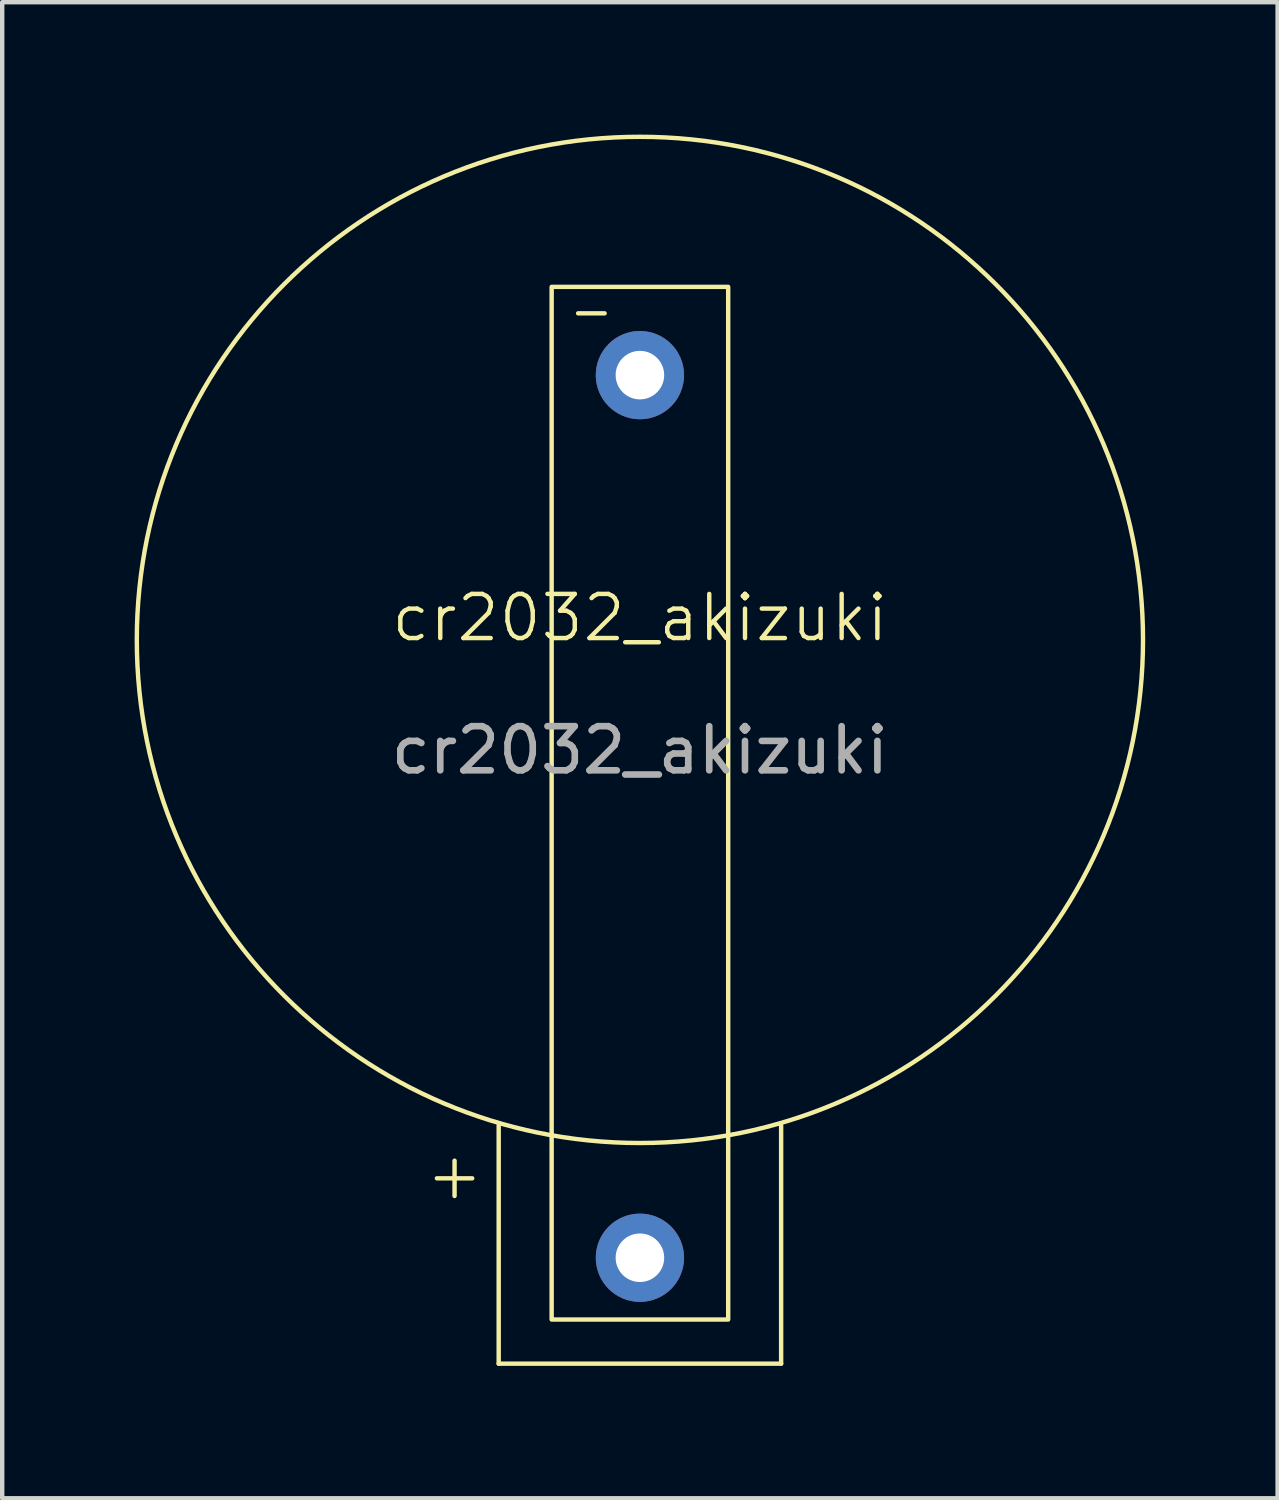
<source format=kicad_pcb>
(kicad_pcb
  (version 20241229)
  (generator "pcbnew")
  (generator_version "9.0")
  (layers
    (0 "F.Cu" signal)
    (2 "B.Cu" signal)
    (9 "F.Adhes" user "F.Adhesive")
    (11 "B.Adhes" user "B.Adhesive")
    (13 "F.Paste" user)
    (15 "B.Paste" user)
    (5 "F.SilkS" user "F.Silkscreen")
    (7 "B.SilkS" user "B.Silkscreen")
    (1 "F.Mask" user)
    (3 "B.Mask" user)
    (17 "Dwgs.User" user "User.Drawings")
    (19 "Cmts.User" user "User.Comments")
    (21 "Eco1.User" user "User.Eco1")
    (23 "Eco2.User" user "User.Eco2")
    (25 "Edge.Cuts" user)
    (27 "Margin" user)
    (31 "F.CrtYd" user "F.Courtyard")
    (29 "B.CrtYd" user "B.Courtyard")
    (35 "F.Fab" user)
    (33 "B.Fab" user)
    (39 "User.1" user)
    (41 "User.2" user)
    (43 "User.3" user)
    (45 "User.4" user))
  (footprint "cr2032_akizuki"
    (layer "F.Cu")
    (at 11.45 11.45)
    (property "Reference" "cr2032_akizuki" (at 0 -0.5 0) (unlocked yes) (layer "F.SilkS") (effects (font (size 1 1) (thickness 0.1))))
    (attr through_hole)
    (fp_line (start -4.6 12.2) (end -3.8 12.2) (stroke (width 0.1) (type default)) (layer "F.SilkS"))
    (fp_line (start -4.2 11.8) (end -4.2 12.6) (stroke (width 0.1) (type default)) (layer "F.SilkS"))
    (fp_line (start -3.2 16.4) (end -3.2 11) (stroke (width 0.1) (type default)) (layer "F.SilkS"))
    (fp_line (start -3.2 16.4) (end 3.2 16.4) (stroke (width 0.1) (type default)) (layer "F.SilkS"))
    (fp_line (start -1.4 -7.4) (end -0.8 -7.4) (stroke (width 0.1) (type default)) (layer "F.SilkS"))
    (fp_line (start 3.2 16.4) (end 3.2 11) (stroke (width 0.1) (type default)) (layer "F.SilkS"))
    (fp_rect (start -2 -8) (end 2 15.4) (stroke (width 0.1) (type default)) (fill no) (layer "F.SilkS"))
    (fp_circle (center 0 0) (end 0 -11.4) (stroke (width 0.1) (type default)) (fill no) (layer "F.SilkS"))
    (fp_text user "${REFERENCE}" (at 0 2.5 0) (unlocked yes) (layer "F.Fab") (effects (font (size 1 1) (thickness 0.15))))
    (pad "1" thru_hole circle (at 0 14) (size 2 2) (drill 1.1) (layers "*.Cu" "*.Mask"))
    (pad "2" thru_hole circle (at 0 -6) (size 2 2) (drill 1.1) (layers "*.Cu" "*.Mask")))
  (gr_rect
    (start -3 -3)
    (end 25.9 30.9)
    (stroke (width 0.1) (type default))
    (fill no)
    (layer "Edge.Cuts")))
</source>
